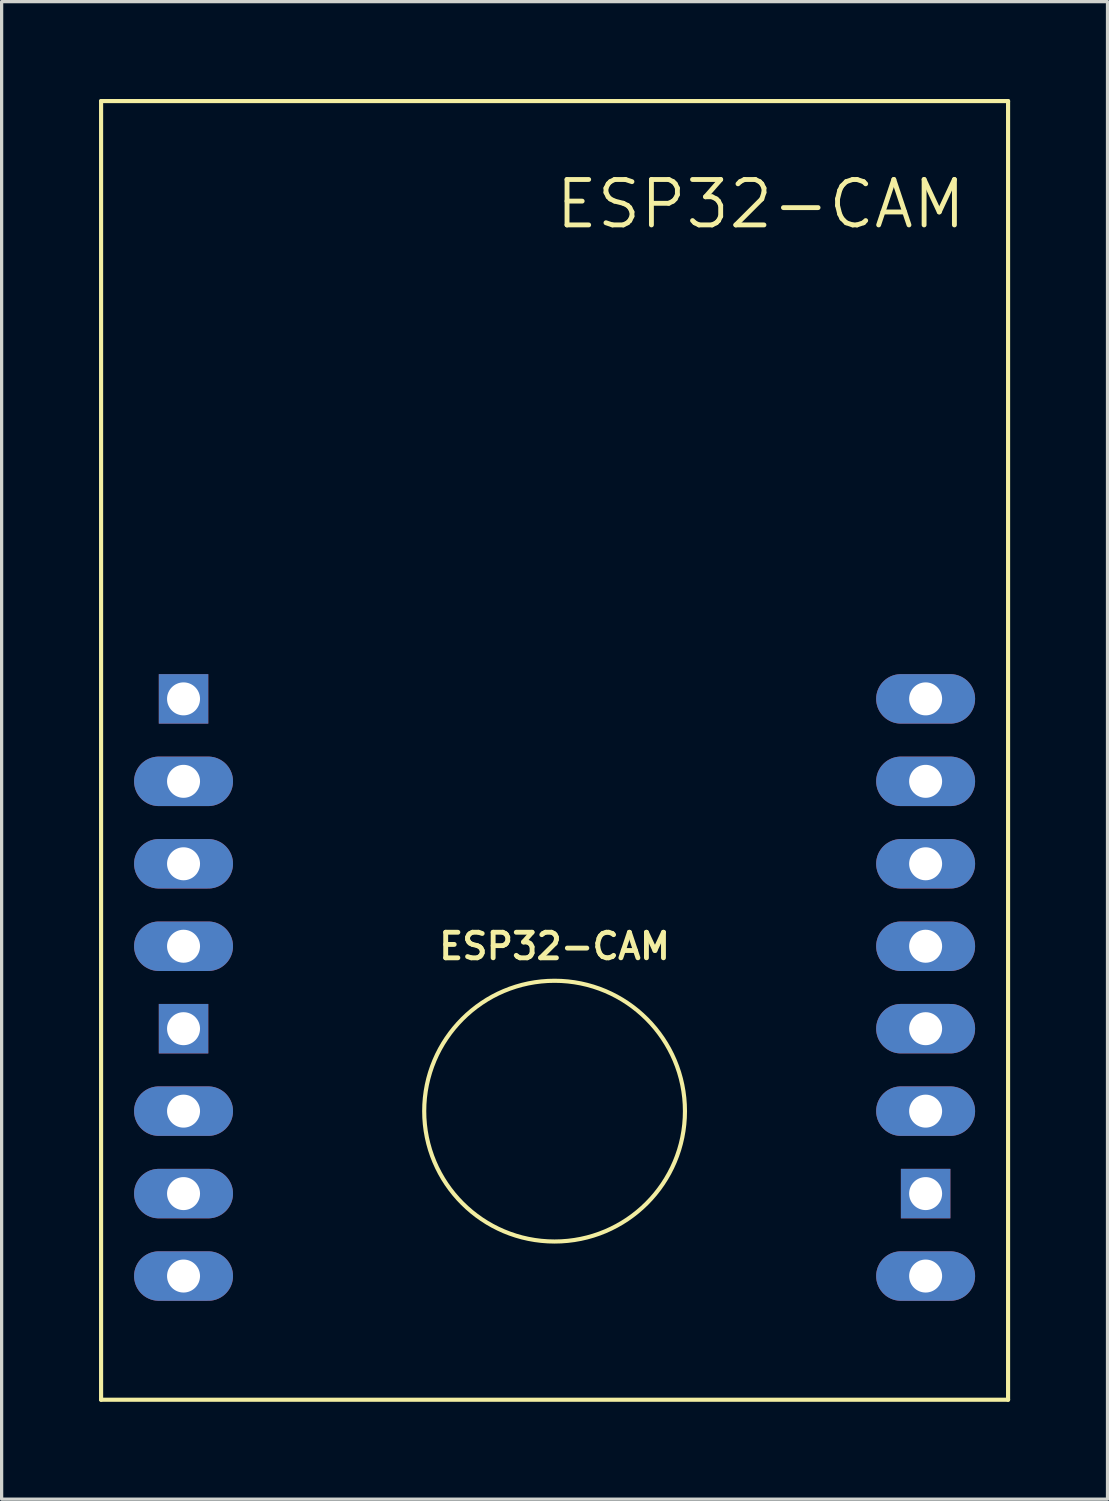
<source format=kicad_pcb>
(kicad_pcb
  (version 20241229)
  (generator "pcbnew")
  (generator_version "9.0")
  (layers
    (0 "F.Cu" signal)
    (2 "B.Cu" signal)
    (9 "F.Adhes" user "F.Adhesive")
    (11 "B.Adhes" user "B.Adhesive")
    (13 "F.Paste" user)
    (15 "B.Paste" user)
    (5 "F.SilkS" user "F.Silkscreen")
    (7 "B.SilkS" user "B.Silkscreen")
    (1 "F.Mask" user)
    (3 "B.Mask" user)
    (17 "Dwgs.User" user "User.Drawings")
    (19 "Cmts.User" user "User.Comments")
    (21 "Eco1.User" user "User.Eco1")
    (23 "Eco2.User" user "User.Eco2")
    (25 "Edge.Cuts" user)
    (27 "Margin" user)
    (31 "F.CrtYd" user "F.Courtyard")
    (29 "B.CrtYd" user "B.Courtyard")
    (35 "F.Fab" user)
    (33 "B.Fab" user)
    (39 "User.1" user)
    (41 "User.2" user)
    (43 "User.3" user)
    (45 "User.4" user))
  (footprint "ESP32-CAM"
    (layer "F.Cu")
    (at 14.034 26.099)
    (property "Reference" "ESP32-CAM" (at 0 0 0) (layer "F.SilkS") (effects (font (size 0.787 0.787) (thickness 0.15))))
    (attr through_hole)
    (fp_line (start -13.97 -26.035) (end -13.97 13.97) (stroke (width 0.127) (type solid)) (layer "F.SilkS"))
    (fp_line (start -13.97 13.97) (end 13.97 13.97) (stroke (width 0.127) (type solid)) (layer "F.SilkS"))
    (fp_line (start 13.97 -26.035) (end -13.97 -26.035) (stroke (width 0.127) (type solid)) (layer "F.SilkS"))
    (fp_line (start 13.97 13.97) (end 13.97 -26.035) (stroke (width 0.127) (type solid)) (layer "F.SilkS"))
    (fp_circle (center 0 5.08) (end 4.016 5.08) (stroke (width 0.127) (type solid)) (fill no) (layer "F.SilkS"))
    (fp_text user "ESP32-CAM" (at 6.35 -22.86 0) (layer "F.SilkS") (effects (font (size 1.4 1.4) (thickness 0.15))))
    (pad "P$1" thru_hole rect (at -11.43 -7.62) (size 1.524 1.524) (drill 1.016) (layers "*.Cu" "*.Mask"))
    (pad "P$2" thru_hole oval (at -11.43 -5.08) (size 3.048 1.524) (drill 1.016) (layers "*.Cu" "*.Mask"))
    (pad "P$3" thru_hole oval (at -11.43 -2.54) (size 3.048 1.524) (drill 1.016) (layers "*.Cu" "*.Mask"))
    (pad "P$4" thru_hole oval (at -11.43 0) (size 3.048 1.524) (drill 1.016) (layers "*.Cu" "*.Mask"))
    (pad "P$5" thru_hole rect (at -11.43 2.54) (size 1.524 1.524) (drill 1.016) (layers "*.Cu" "*.Mask"))
    (pad "P$6" thru_hole oval (at -11.43 5.08) (size 3.048 1.524) (drill 1.016) (layers "*.Cu" "*.Mask"))
    (pad "P$7" thru_hole oval (at -11.43 7.62) (size 3.048 1.524) (drill 1.016) (layers "*.Cu" "*.Mask"))
    (pad "P$8" thru_hole oval (at -11.43 10.16) (size 3.048 1.524) (drill 1.016) (layers "*.Cu" "*.Mask"))
    (pad "P$9" thru_hole oval (at 11.43 10.16) (size 3.048 1.524) (drill 1.016) (layers "*.Cu" "*.Mask"))
    (pad "P$10" thru_hole rect (at 11.43 7.62) (size 1.524 1.524) (drill 1.016) (layers "*.Cu" "*.Mask"))
    (pad "P$11" thru_hole oval (at 11.43 5.08) (size 3.048 1.524) (drill 1.016) (layers "*.Cu" "*.Mask"))
    (pad "P$12" thru_hole oval (at 11.43 2.54) (size 3.048 1.524) (drill 1.016) (layers "*.Cu" "*.Mask"))
    (pad "P$13" thru_hole oval (at 11.43 0) (size 3.048 1.524) (drill 1.016) (layers "*.Cu" "*.Mask"))
    (pad "P$14" thru_hole oval (at 11.43 -2.54) (size 3.048 1.524) (drill 1.016) (layers "*.Cu" "*.Mask"))
    (pad "P$15" thru_hole oval (at 11.43 -5.08) (size 3.048 1.524) (drill 1.016) (layers "*.Cu" "*.Mask"))
    (pad "P$16" thru_hole oval (at 11.43 -7.62) (size 3.048 1.524) (drill 1.016) (layers "*.Cu" "*.Mask")))
  (gr_rect
    (start -3 -3)
    (end 31.067 43.132)
    (stroke (width 0.1) (type default))
    (fill no)
    (layer "Edge.Cuts")))
</source>
